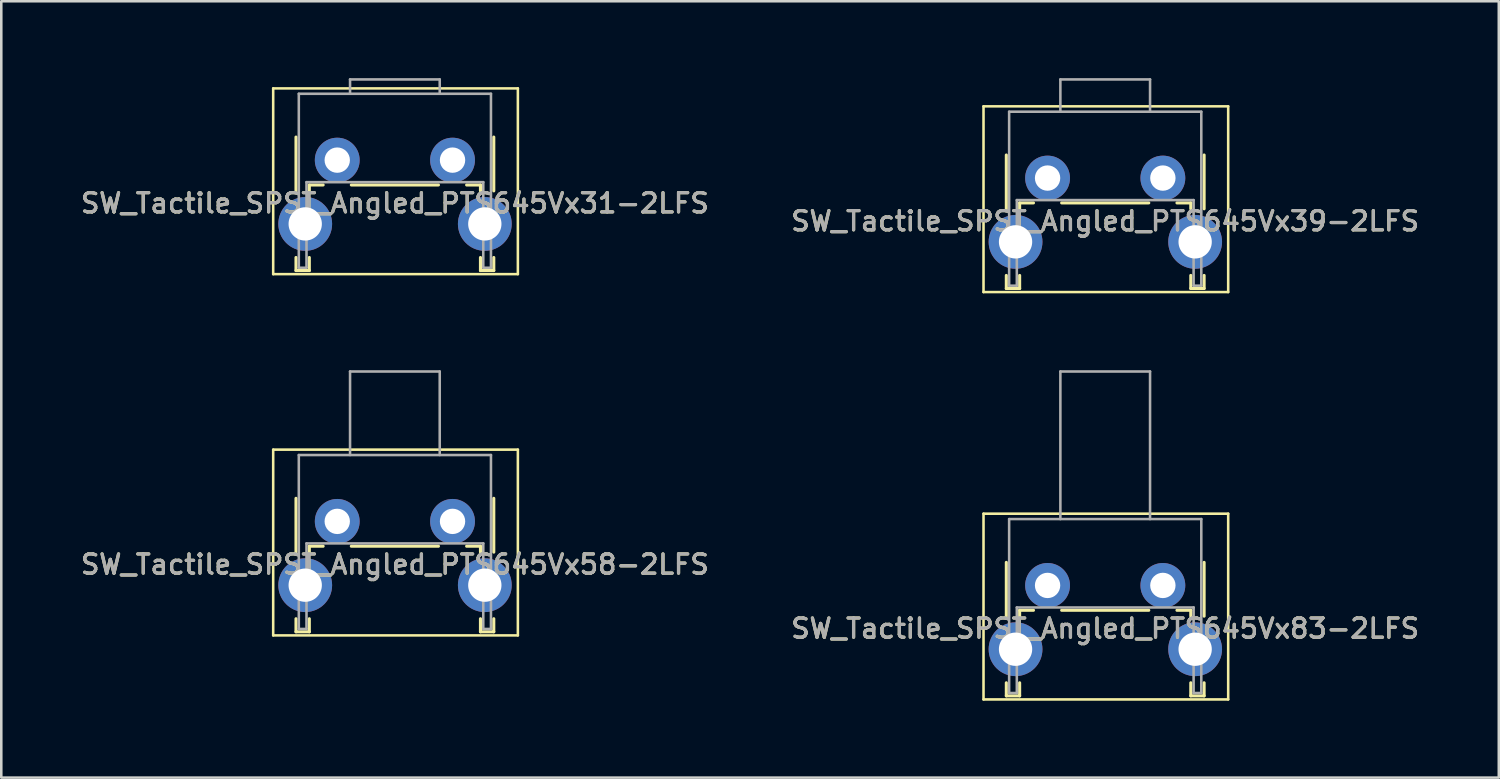
<source format=kicad_pcb>
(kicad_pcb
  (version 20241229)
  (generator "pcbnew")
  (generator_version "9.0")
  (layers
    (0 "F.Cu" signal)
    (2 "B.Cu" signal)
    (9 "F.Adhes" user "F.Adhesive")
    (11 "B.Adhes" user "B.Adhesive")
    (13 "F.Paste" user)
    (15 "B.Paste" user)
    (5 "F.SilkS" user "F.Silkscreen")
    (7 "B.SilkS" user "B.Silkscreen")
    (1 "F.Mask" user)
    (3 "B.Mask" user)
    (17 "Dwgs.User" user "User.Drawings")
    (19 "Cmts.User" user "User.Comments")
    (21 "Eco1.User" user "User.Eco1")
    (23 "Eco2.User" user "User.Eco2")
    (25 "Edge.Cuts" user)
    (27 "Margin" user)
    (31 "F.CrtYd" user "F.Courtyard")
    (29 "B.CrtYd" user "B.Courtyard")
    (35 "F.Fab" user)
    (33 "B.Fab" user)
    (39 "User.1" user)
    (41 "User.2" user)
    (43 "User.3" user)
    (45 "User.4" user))
  (footprint "SW_Tactile_SPST_Angled_PTS645Vx39-2LFS"
    (layer "F.Cu")
    (at 37.838 3.9)
    (property "Reference" "SW_Tactile_SPST_Angled_PTS645Vx39-2LFS" (at 2.25 1.68 0) (layer "F.SilkS") (effects (font (size 0.75 0.75) (thickness 0.125))))
    (attr through_hole)
    (fp_line (start -2.5 -2.8) (end 7.05 -2.8) (stroke (width 0.1) (type solid)) (layer "F.SilkS"))
    (fp_line (start -2.5 4.45) (end -2.5 -2.8) (stroke (width 0.1) (type solid)) (layer "F.SilkS"))
    (fp_line (start -1.61 -0.9) (end -1.61 1.2) (stroke (width 0.12) (type solid)) (layer "F.SilkS"))
    (fp_line (start -1.61 3.8) (end -1.61 4.31) (stroke (width 0.12) (type solid)) (layer "F.SilkS"))
    (fp_line (start -1.61 4.31) (end -1.09 4.31) (stroke (width 0.12) (type solid)) (layer "F.SilkS"))
    (fp_line (start -1.09 0.97) (end -1.09 1.2) (stroke (width 0.12) (type solid)) (layer "F.SilkS"))
    (fp_line (start -1.09 0.97) (end -0.55 0.97) (stroke (width 0.12) (type solid)) (layer "F.SilkS"))
    (fp_line (start -1.09 3.8) (end -1.09 4.31) (stroke (width 0.12) (type solid)) (layer "F.SilkS"))
    (fp_line (start 0.55 0.97) (end 3.95 0.97) (stroke (width 0.12) (type solid)) (layer "F.SilkS"))
    (fp_line (start 5.05 0.97) (end 5.59 0.97) (stroke (width 0.12) (type solid)) (layer "F.SilkS"))
    (fp_line (start 5.59 0.97) (end 5.59 1.2) (stroke (width 0.12) (type solid)) (layer "F.SilkS"))
    (fp_line (start 5.59 3.8) (end 5.59 4.31) (stroke (width 0.12) (type solid)) (layer "F.SilkS"))
    (fp_line (start 5.59 4.31) (end 6.11 4.31) (stroke (width 0.12) (type solid)) (layer "F.SilkS"))
    (fp_line (start 6.11 -0.9) (end 6.11 1.2) (stroke (width 0.12) (type solid)) (layer "F.SilkS"))
    (fp_line (start 6.11 3.8) (end 6.11 4.31) (stroke (width 0.12) (type solid)) (layer "F.SilkS"))
    (fp_line (start 7.05 -2.8) (end 7.05 4.45) (stroke (width 0.1) (type solid)) (layer "F.SilkS"))
    (fp_line (start 7.05 4.45) (end -2.5 4.45) (stroke (width 0.1) (type solid)) (layer "F.SilkS"))
    (fp_line (start -1.5 -2.59) (end 6 -2.59) (stroke (width 0.1) (type solid)) (layer "F.Fab"))
    (fp_line (start -1.5 4.2) (end -1.5 -2.59) (stroke (width 0.1) (type solid)) (layer "F.Fab"))
    (fp_line (start -1.5 4.2) (end -1.2 4.2) (stroke (width 0.1) (type solid)) (layer "F.Fab"))
    (fp_line (start -1.2 0.86) (end 5.7 0.86) (stroke (width 0.1) (type solid)) (layer "F.Fab"))
    (fp_line (start -1.2 4.2) (end -1.2 0.86) (stroke (width 0.1) (type solid)) (layer "F.Fab"))
    (fp_line (start 0.5 -3.85) (end 0.5 -2.59) (stroke (width 0.1) (type solid)) (layer "F.Fab"))
    (fp_line (start 0.5 -3.85) (end 4 -3.85) (stroke (width 0.1) (type solid)) (layer "F.Fab"))
    (fp_line (start 4 -3.85) (end 4 -2.59) (stroke (width 0.1) (type solid)) (layer "F.Fab"))
    (fp_line (start 5.7 4.2) (end 5.7 0.86) (stroke (width 0.1) (type solid)) (layer "F.Fab"))
    (fp_line (start 5.7 4.2) (end 6 4.2) (stroke (width 0.1) (type solid)) (layer "F.Fab"))
    (fp_line (start 6 4.2) (end 6 -2.59) (stroke (width 0.1) (type solid)) (layer "F.Fab"))
    (fp_text user "${REFERENCE}" (at 2.25 1.68 0) (layer "F.Fab") (effects (font (size 0.75 0.75) (thickness 0.125))))
    (pad "" thru_hole circle (at -1.25 2.49) (size 2.1 2.1) (drill 1.3) (layers "*.Cu" "*.Mask"))
    (pad "" thru_hole circle (at 5.76 2.49) (size 2.1 2.1) (drill 1.3) (layers "*.Cu" "*.Mask"))
    (pad "1" thru_hole circle (at 0 0) (size 1.75 1.75) (drill 0.99) (layers "*.Cu" "*.Mask"))
    (pad "2" thru_hole circle (at 4.5 0) (size 1.75 1.75) (drill 0.99) (layers "*.Cu" "*.Mask")))
  (footprint "SW_Tactile_SPST_Angled_PTS645Vx31-2LFS"
    (layer "F.Cu")
    (at 10.113 3.2)
    (property "Reference" "SW_Tactile_SPST_Angled_PTS645Vx31-2LFS" (at 2.25 1.68 0) (layer "F.SilkS") (effects (font (size 0.75 0.75) (thickness 0.125))))
    (attr through_hole)
    (fp_line (start -2.5 -2.8) (end 7.05 -2.8) (stroke (width 0.1) (type solid)) (layer "F.SilkS"))
    (fp_line (start -2.5 4.45) (end -2.5 -2.8) (stroke (width 0.1) (type solid)) (layer "F.SilkS"))
    (fp_line (start -1.61 -0.9) (end -1.61 1.2) (stroke (width 0.12) (type solid)) (layer "F.SilkS"))
    (fp_line (start -1.61 3.8) (end -1.61 4.31) (stroke (width 0.12) (type solid)) (layer "F.SilkS"))
    (fp_line (start -1.61 4.31) (end -1.09 4.31) (stroke (width 0.12) (type solid)) (layer "F.SilkS"))
    (fp_line (start -1.09 0.97) (end -1.09 1.2) (stroke (width 0.12) (type solid)) (layer "F.SilkS"))
    (fp_line (start -1.09 0.97) (end -0.55 0.97) (stroke (width 0.12) (type solid)) (layer "F.SilkS"))
    (fp_line (start -1.09 3.8) (end -1.09 4.31) (stroke (width 0.12) (type solid)) (layer "F.SilkS"))
    (fp_line (start 0.55 0.97) (end 3.95 0.97) (stroke (width 0.12) (type solid)) (layer "F.SilkS"))
    (fp_line (start 5.05 0.97) (end 5.59 0.97) (stroke (width 0.12) (type solid)) (layer "F.SilkS"))
    (fp_line (start 5.59 0.97) (end 5.59 1.2) (stroke (width 0.12) (type solid)) (layer "F.SilkS"))
    (fp_line (start 5.59 3.8) (end 5.59 4.31) (stroke (width 0.12) (type solid)) (layer "F.SilkS"))
    (fp_line (start 5.59 4.31) (end 6.11 4.31) (stroke (width 0.12) (type solid)) (layer "F.SilkS"))
    (fp_line (start 6.11 -0.9) (end 6.11 1.2) (stroke (width 0.12) (type solid)) (layer "F.SilkS"))
    (fp_line (start 6.11 3.8) (end 6.11 4.31) (stroke (width 0.12) (type solid)) (layer "F.SilkS"))
    (fp_line (start 7.05 -2.8) (end 7.05 4.45) (stroke (width 0.1) (type solid)) (layer "F.SilkS"))
    (fp_line (start 7.05 4.45) (end -2.5 4.45) (stroke (width 0.1) (type solid)) (layer "F.SilkS"))
    (fp_line (start -1.5 -2.59) (end 6 -2.59) (stroke (width 0.1) (type solid)) (layer "F.Fab"))
    (fp_line (start -1.5 4.2) (end -1.5 -2.59) (stroke (width 0.1) (type solid)) (layer "F.Fab"))
    (fp_line (start -1.5 4.2) (end -1.2 4.2) (stroke (width 0.1) (type solid)) (layer "F.Fab"))
    (fp_line (start -1.2 0.86) (end 5.7 0.86) (stroke (width 0.1) (type solid)) (layer "F.Fab"))
    (fp_line (start -1.2 4.2) (end -1.2 0.86) (stroke (width 0.1) (type solid)) (layer "F.Fab"))
    (fp_line (start 0.5 -3.15) (end 0.5 -2.59) (stroke (width 0.1) (type solid)) (layer "F.Fab"))
    (fp_line (start 0.5 -3.15) (end 4 -3.15) (stroke (width 0.1) (type solid)) (layer "F.Fab"))
    (fp_line (start 4 -3.15) (end 4 -2.59) (stroke (width 0.1) (type solid)) (layer "F.Fab"))
    (fp_line (start 5.7 4.2) (end 5.7 0.86) (stroke (width 0.1) (type solid)) (layer "F.Fab"))
    (fp_line (start 5.7 4.2) (end 6 4.2) (stroke (width 0.1) (type solid)) (layer "F.Fab"))
    (fp_line (start 6 4.2) (end 6 -2.59) (stroke (width 0.1) (type solid)) (layer "F.Fab"))
    (fp_text user "${REFERENCE}" (at 2.25 1.68 0) (layer "F.Fab") (effects (font (size 0.75 0.75) (thickness 0.125))))
    (pad "" thru_hole circle (at -1.25 2.49) (size 2.1 2.1) (drill 1.3) (layers "*.Cu" "*.Mask"))
    (pad "" thru_hole circle (at 5.76 2.49) (size 2.1 2.1) (drill 1.3) (layers "*.Cu" "*.Mask"))
    (pad "1" thru_hole circle (at 0 0) (size 1.75 1.75) (drill 0.99) (layers "*.Cu" "*.Mask"))
    (pad "2" thru_hole circle (at 4.5 0) (size 1.75 1.75) (drill 0.99) (layers "*.Cu" "*.Mask")))
  (footprint "SW_Tactile_SPST_Angled_PTS645Vx58-2LFS"
    (layer "F.Cu")
    (at 10.113 17.3)
    (property "Reference" "SW_Tactile_SPST_Angled_PTS645Vx58-2LFS" (at 2.25 1.68 0) (layer "F.SilkS") (effects (font (size 0.75 0.75) (thickness 0.125))))
    (attr through_hole)
    (fp_line (start -2.5 -2.8) (end 7.05 -2.8) (stroke (width 0.1) (type solid)) (layer "F.SilkS"))
    (fp_line (start -2.5 4.45) (end -2.5 -2.8) (stroke (width 0.1) (type solid)) (layer "F.SilkS"))
    (fp_line (start -1.61 -0.9) (end -1.61 1.2) (stroke (width 0.12) (type solid)) (layer "F.SilkS"))
    (fp_line (start -1.61 3.8) (end -1.61 4.31) (stroke (width 0.12) (type solid)) (layer "F.SilkS"))
    (fp_line (start -1.61 4.31) (end -1.09 4.31) (stroke (width 0.12) (type solid)) (layer "F.SilkS"))
    (fp_line (start -1.09 0.97) (end -1.09 1.2) (stroke (width 0.12) (type solid)) (layer "F.SilkS"))
    (fp_line (start -1.09 0.97) (end -0.55 0.97) (stroke (width 0.12) (type solid)) (layer "F.SilkS"))
    (fp_line (start -1.09 3.8) (end -1.09 4.31) (stroke (width 0.12) (type solid)) (layer "F.SilkS"))
    (fp_line (start 0.55 0.97) (end 3.95 0.97) (stroke (width 0.12) (type solid)) (layer "F.SilkS"))
    (fp_line (start 5.05 0.97) (end 5.59 0.97) (stroke (width 0.12) (type solid)) (layer "F.SilkS"))
    (fp_line (start 5.59 0.97) (end 5.59 1.2) (stroke (width 0.12) (type solid)) (layer "F.SilkS"))
    (fp_line (start 5.59 3.8) (end 5.59 4.31) (stroke (width 0.12) (type solid)) (layer "F.SilkS"))
    (fp_line (start 5.59 4.31) (end 6.11 4.31) (stroke (width 0.12) (type solid)) (layer "F.SilkS"))
    (fp_line (start 6.11 -0.9) (end 6.11 1.2) (stroke (width 0.12) (type solid)) (layer "F.SilkS"))
    (fp_line (start 6.11 3.8) (end 6.11 4.31) (stroke (width 0.12) (type solid)) (layer "F.SilkS"))
    (fp_line (start 7.05 -2.8) (end 7.05 4.45) (stroke (width 0.1) (type solid)) (layer "F.SilkS"))
    (fp_line (start 7.05 4.45) (end -2.5 4.45) (stroke (width 0.1) (type solid)) (layer "F.SilkS"))
    (fp_line (start -1.5 -2.59) (end 6 -2.59) (stroke (width 0.1) (type solid)) (layer "F.Fab"))
    (fp_line (start -1.5 4.2) (end -1.5 -2.59) (stroke (width 0.1) (type solid)) (layer "F.Fab"))
    (fp_line (start -1.5 4.2) (end -1.2 4.2) (stroke (width 0.1) (type solid)) (layer "F.Fab"))
    (fp_line (start -1.2 0.86) (end 5.7 0.86) (stroke (width 0.1) (type solid)) (layer "F.Fab"))
    (fp_line (start -1.2 4.2) (end -1.2 0.86) (stroke (width 0.1) (type solid)) (layer "F.Fab"))
    (fp_line (start 0.5 -5.85) (end 0.5 -2.59) (stroke (width 0.1) (type solid)) (layer "F.Fab"))
    (fp_line (start 0.5 -5.85) (end 4 -5.85) (stroke (width 0.1) (type solid)) (layer "F.Fab"))
    (fp_line (start 4 -5.85) (end 4 -2.59) (stroke (width 0.1) (type solid)) (layer "F.Fab"))
    (fp_line (start 5.7 4.2) (end 5.7 0.86) (stroke (width 0.1) (type solid)) (layer "F.Fab"))
    (fp_line (start 5.7 4.2) (end 6 4.2) (stroke (width 0.1) (type solid)) (layer "F.Fab"))
    (fp_line (start 6 4.2) (end 6 -2.59) (stroke (width 0.1) (type solid)) (layer "F.Fab"))
    (fp_text user "${REFERENCE}" (at 2.25 1.68 0) (layer "F.Fab") (effects (font (size 0.75 0.75) (thickness 0.125))))
    (pad "" thru_hole circle (at -1.25 2.49) (size 2.1 2.1) (drill 1.3) (layers "*.Cu" "*.Mask"))
    (pad "" thru_hole circle (at 5.76 2.49) (size 2.1 2.1) (drill 1.3) (layers "*.Cu" "*.Mask"))
    (pad "1" thru_hole circle (at 0 0) (size 1.75 1.75) (drill 0.99) (layers "*.Cu" "*.Mask"))
    (pad "2" thru_hole circle (at 4.5 0) (size 1.75 1.75) (drill 0.99) (layers "*.Cu" "*.Mask")))
  (footprint "SW_Tactile_SPST_Angled_PTS645Vx83-2LFS"
    (layer "F.Cu")
    (at 37.838 19.8)
    (property "Reference" "SW_Tactile_SPST_Angled_PTS645Vx83-2LFS" (at 2.25 1.68 0) (layer "F.SilkS") (effects (font (size 0.75 0.75) (thickness 0.125))))
    (attr through_hole)
    (fp_line (start -2.5 -2.8) (end 7.05 -2.8) (stroke (width 0.1) (type solid)) (layer "F.SilkS"))
    (fp_line (start -2.5 4.45) (end -2.5 -2.8) (stroke (width 0.1) (type solid)) (layer "F.SilkS"))
    (fp_line (start -1.61 -0.9) (end -1.61 1.2) (stroke (width 0.12) (type solid)) (layer "F.SilkS"))
    (fp_line (start -1.61 3.8) (end -1.61 4.31) (stroke (width 0.12) (type solid)) (layer "F.SilkS"))
    (fp_line (start -1.61 4.31) (end -1.09 4.31) (stroke (width 0.12) (type solid)) (layer "F.SilkS"))
    (fp_line (start -1.09 0.97) (end -1.09 1.2) (stroke (width 0.12) (type solid)) (layer "F.SilkS"))
    (fp_line (start -1.09 0.97) (end -0.55 0.97) (stroke (width 0.12) (type solid)) (layer "F.SilkS"))
    (fp_line (start -1.09 3.8) (end -1.09 4.31) (stroke (width 0.12) (type solid)) (layer "F.SilkS"))
    (fp_line (start 0.55 0.97) (end 3.95 0.97) (stroke (width 0.12) (type solid)) (layer "F.SilkS"))
    (fp_line (start 5.05 0.97) (end 5.59 0.97) (stroke (width 0.12) (type solid)) (layer "F.SilkS"))
    (fp_line (start 5.59 0.97) (end 5.59 1.2) (stroke (width 0.12) (type solid)) (layer "F.SilkS"))
    (fp_line (start 5.59 3.8) (end 5.59 4.31) (stroke (width 0.12) (type solid)) (layer "F.SilkS"))
    (fp_line (start 5.59 4.31) (end 6.11 4.31) (stroke (width 0.12) (type solid)) (layer "F.SilkS"))
    (fp_line (start 6.11 -0.9) (end 6.11 1.2) (stroke (width 0.12) (type solid)) (layer "F.SilkS"))
    (fp_line (start 6.11 3.8) (end 6.11 4.31) (stroke (width 0.12) (type solid)) (layer "F.SilkS"))
    (fp_line (start 7.05 -2.8) (end 7.05 4.45) (stroke (width 0.1) (type solid)) (layer "F.SilkS"))
    (fp_line (start 7.05 4.45) (end -2.5 4.45) (stroke (width 0.1) (type solid)) (layer "F.SilkS"))
    (fp_line (start -1.5 -2.59) (end 6 -2.59) (stroke (width 0.1) (type solid)) (layer "F.Fab"))
    (fp_line (start -1.5 4.2) (end -1.5 -2.59) (stroke (width 0.1) (type solid)) (layer "F.Fab"))
    (fp_line (start -1.5 4.2) (end -1.2 4.2) (stroke (width 0.1) (type solid)) (layer "F.Fab"))
    (fp_line (start -1.2 0.86) (end 5.7 0.86) (stroke (width 0.1) (type solid)) (layer "F.Fab"))
    (fp_line (start -1.2 4.2) (end -1.2 0.86) (stroke (width 0.1) (type solid)) (layer "F.Fab"))
    (fp_line (start 0.5 -8.35) (end 0.5 -2.59) (stroke (width 0.1) (type solid)) (layer "F.Fab"))
    (fp_line (start 0.5 -8.35) (end 4 -8.35) (stroke (width 0.1) (type solid)) (layer "F.Fab"))
    (fp_line (start 4 -8.35) (end 4 -2.59) (stroke (width 0.1) (type solid)) (layer "F.Fab"))
    (fp_line (start 5.7 4.2) (end 5.7 0.86) (stroke (width 0.1) (type solid)) (layer "F.Fab"))
    (fp_line (start 5.7 4.2) (end 6 4.2) (stroke (width 0.1) (type solid)) (layer "F.Fab"))
    (fp_line (start 6 4.2) (end 6 -2.59) (stroke (width 0.1) (type solid)) (layer "F.Fab"))
    (fp_text user "${REFERENCE}" (at 2.25 1.68 0) (layer "F.Fab") (effects (font (size 0.75 0.75) (thickness 0.125))))
    (pad "" thru_hole circle (at -1.25 2.49) (size 2.1 2.1) (drill 1.3) (layers "*.Cu" "*.Mask"))
    (pad "" thru_hole circle (at 5.76 2.49) (size 2.1 2.1) (drill 1.3) (layers "*.Cu" "*.Mask"))
    (pad "1" thru_hole circle (at 0 0) (size 1.75 1.75) (drill 0.99) (layers "*.Cu" "*.Mask"))
    (pad "2" thru_hole circle (at 4.5 0) (size 1.75 1.75) (drill 0.99) (layers "*.Cu" "*.Mask")))
  (gr_rect
    (start -3 -3)
    (end 55.45 27.3)
    (stroke (width 0.1) (type default))
    (fill no)
    (layer "Edge.Cuts")))
</source>
